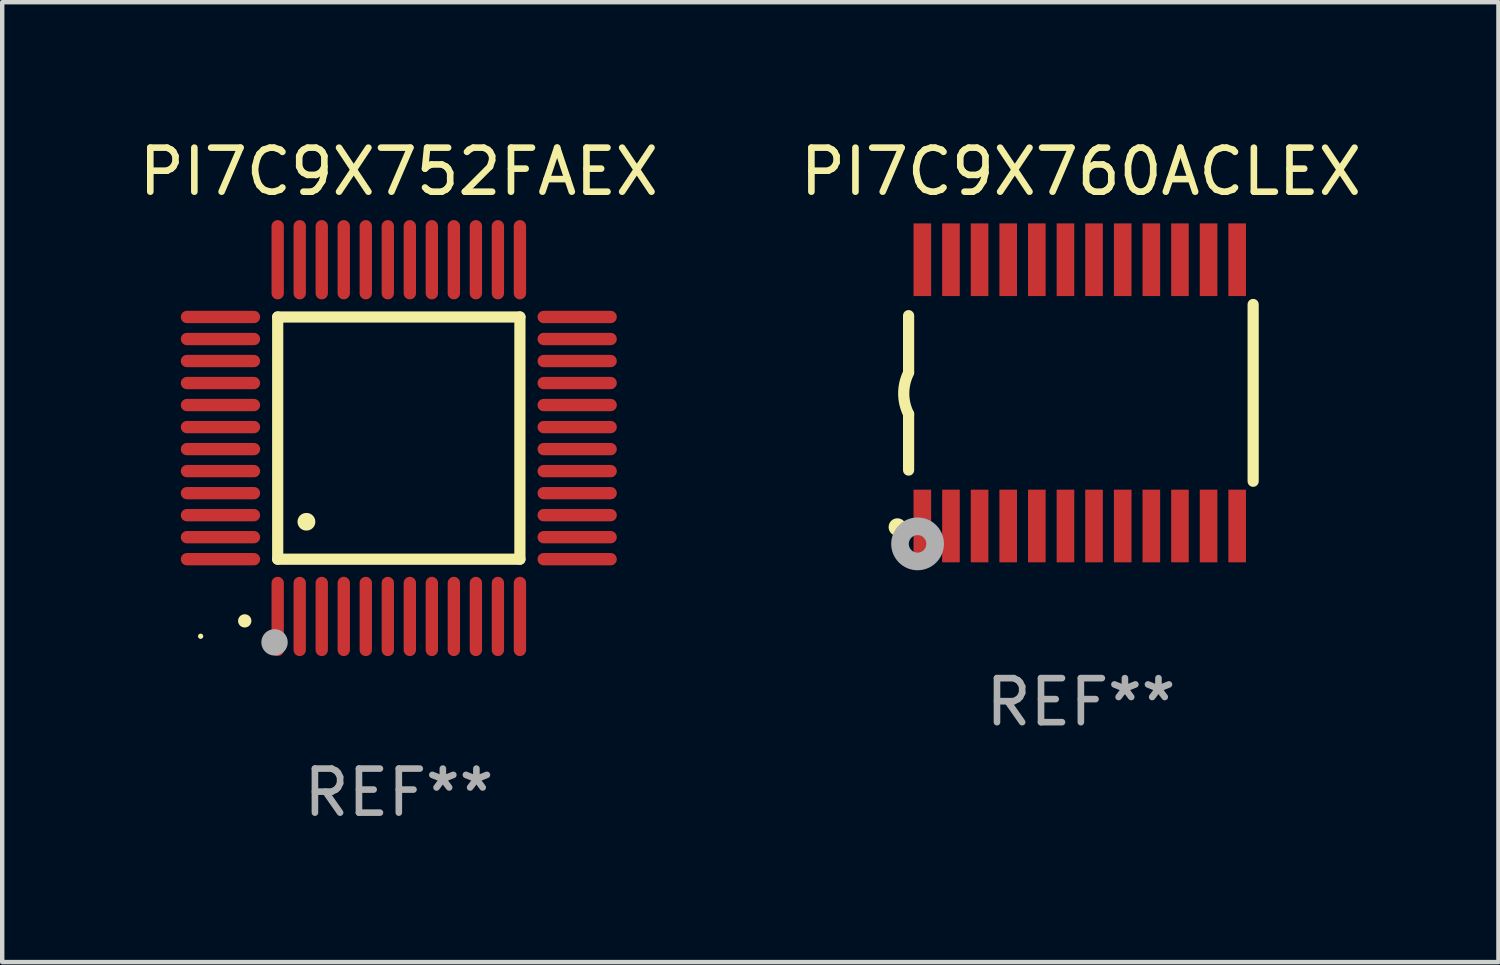
<source format=kicad_pcb>
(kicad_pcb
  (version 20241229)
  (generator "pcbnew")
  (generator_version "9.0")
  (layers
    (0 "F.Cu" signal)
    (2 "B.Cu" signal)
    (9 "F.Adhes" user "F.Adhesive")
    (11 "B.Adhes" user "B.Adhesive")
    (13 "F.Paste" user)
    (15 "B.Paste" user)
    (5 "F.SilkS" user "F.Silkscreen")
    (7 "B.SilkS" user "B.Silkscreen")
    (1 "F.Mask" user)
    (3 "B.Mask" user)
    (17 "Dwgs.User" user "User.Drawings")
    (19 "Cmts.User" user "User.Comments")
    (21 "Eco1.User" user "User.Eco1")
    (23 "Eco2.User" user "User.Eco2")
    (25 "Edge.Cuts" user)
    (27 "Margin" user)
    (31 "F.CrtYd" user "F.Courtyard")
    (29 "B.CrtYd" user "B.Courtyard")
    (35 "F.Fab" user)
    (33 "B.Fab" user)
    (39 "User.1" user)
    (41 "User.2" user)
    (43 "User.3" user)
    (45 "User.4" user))
  (footprint "PI7C9X752FAEX"
    (layer "F.Cu")
    (at 6.006 6.898)
    (property "Reference" "PI7C9X752FAEX" (at 0 -6.05 0) (layer "F.SilkS") (effects (font (size 1 1) (thickness 0.15))))
    (attr through_hole)
    (fp_line (start -2.75 -2.75) (end 2.75 -2.75) (stroke (width 0.254) (type solid)) (layer "F.SilkS"))
    (fp_line (start -2.75 2.75) (end -2.75 -2.75) (stroke (width 0.254) (type solid)) (layer "F.SilkS"))
    (fp_line (start 2.75 -2.75) (end 2.75 2.75) (stroke (width 0.254) (type solid)) (layer "F.SilkS"))
    (fp_line (start 2.75 2.75) (end -2.75 2.75) (stroke (width 0.254) (type solid)) (layer "F.SilkS"))
    (fp_arc (start -3.500127 4.150368) (mid -3.498857 4.150363) (end -3.497587 4.150368) (stroke (width 0.3) (type solid)) (layer "F.SilkS"))
    (fp_arc (start -2.100584 1.899924) (mid -2.098044 1.899908) (end -2.095504 1.899924) (stroke (width 0.4) (type solid)) (layer "F.SilkS"))
    (fp_circle (center -4.5 4.5) (end -4.47 4.5) (stroke (width 0.06) (type solid)) (fill no) (layer "F.SilkS"))
    (fp_circle (center -2.822 4.638) (end -2.672 4.638) (stroke (width 0.3) (type solid)) (fill no) (layer "F.Fab"))
    (fp_text user "REF**" (at 0 8.05 0) (layer "F.Fab") (effects (font (size 1 1) (thickness 0.15))))
    (pad "1" smd oval (at -2.75 4.05) (size 0.28 1.8) (layers "F.Cu" "F.Mask" "F.Paste"))
    (pad "2" smd oval (at -2.25 4.05) (size 0.28 1.8) (layers "F.Cu" "F.Mask" "F.Paste"))
    (pad "3" smd oval (at -1.75 4.05) (size 0.28 1.8) (layers "F.Cu" "F.Mask" "F.Paste"))
    (pad "4" smd oval (at -1.25 4.05) (size 0.28 1.8) (layers "F.Cu" "F.Mask" "F.Paste"))
    (pad "5" smd oval (at -0.75 4.05) (size 0.28 1.8) (layers "F.Cu" "F.Mask" "F.Paste"))
    (pad "6" smd oval (at -0.25 4.05) (size 0.28 1.8) (layers "F.Cu" "F.Mask" "F.Paste"))
    (pad "7" smd oval (at 0.25 4.05) (size 0.28 1.8) (layers "F.Cu" "F.Mask" "F.Paste"))
    (pad "8" smd oval (at 0.75 4.05) (size 0.28 1.8) (layers "F.Cu" "F.Mask" "F.Paste"))
    (pad "9" smd oval (at 1.25 4.05) (size 0.28 1.8) (layers "F.Cu" "F.Mask" "F.Paste"))
    (pad "10" smd oval (at 1.75 4.05) (size 0.28 1.8) (layers "F.Cu" "F.Mask" "F.Paste"))
    (pad "11" smd oval (at 2.25 4.05) (size 0.28 1.8) (layers "F.Cu" "F.Mask" "F.Paste"))
    (pad "12" smd oval (at 2.75 4.05) (size 0.28 1.8) (layers "F.Cu" "F.Mask" "F.Paste"))
    (pad "13" smd oval (at 4.05 2.75) (size 1.8 0.28) (layers "F.Cu" "F.Mask" "F.Paste"))
    (pad "14" smd oval (at 4.05 2.25) (size 1.8 0.28) (layers "F.Cu" "F.Mask" "F.Paste"))
    (pad "15" smd oval (at 4.05 1.75) (size 1.8 0.28) (layers "F.Cu" "F.Mask" "F.Paste"))
    (pad "16" smd oval (at 4.05 1.25) (size 1.8 0.28) (layers "F.Cu" "F.Mask" "F.Paste"))
    (pad "17" smd oval (at 4.05 0.75) (size 1.8 0.28) (layers "F.Cu" "F.Mask" "F.Paste"))
    (pad "18" smd oval (at 4.05 0.25) (size 1.8 0.28) (layers "F.Cu" "F.Mask" "F.Paste"))
    (pad "19" smd oval (at 4.05 -0.25) (size 1.8 0.28) (layers "F.Cu" "F.Mask" "F.Paste"))
    (pad "20" smd oval (at 4.05 -0.75) (size 1.8 0.28) (layers "F.Cu" "F.Mask" "F.Paste"))
    (pad "21" smd oval (at 4.05 -1.25) (size 1.8 0.28) (layers "F.Cu" "F.Mask" "F.Paste"))
    (pad "22" smd oval (at 4.05 -1.75) (size 1.8 0.28) (layers "F.Cu" "F.Mask" "F.Paste"))
    (pad "23" smd oval (at 4.05 -2.25) (size 1.8 0.28) (layers "F.Cu" "F.Mask" "F.Paste"))
    (pad "24" smd oval (at 4.05 -2.75) (size 1.8 0.28) (layers "F.Cu" "F.Mask" "F.Paste"))
    (pad "25" smd oval (at 2.75 -4.05) (size 0.28 1.8) (layers "F.Cu" "F.Mask" "F.Paste"))
    (pad "26" smd oval (at 2.25 -4.05) (size 0.28 1.8) (layers "F.Cu" "F.Mask" "F.Paste"))
    (pad "27" smd oval (at 1.75 -4.05) (size 0.28 1.8) (layers "F.Cu" "F.Mask" "F.Paste"))
    (pad "28" smd oval (at 1.25 -4.05) (size 0.28 1.8) (layers "F.Cu" "F.Mask" "F.Paste"))
    (pad "29" smd oval (at 0.75 -4.05) (size 0.28 1.8) (layers "F.Cu" "F.Mask" "F.Paste"))
    (pad "30" smd oval (at 0.25 -4.05) (size 0.28 1.8) (layers "F.Cu" "F.Mask" "F.Paste"))
    (pad "31" smd oval (at -0.25 -4.05) (size 0.28 1.8) (layers "F.Cu" "F.Mask" "F.Paste"))
    (pad "32" smd oval (at -0.75 -4.05) (size 0.28 1.8) (layers "F.Cu" "F.Mask" "F.Paste"))
    (pad "33" smd oval (at -1.25 -4.05) (size 0.28 1.8) (layers "F.Cu" "F.Mask" "F.Paste"))
    (pad "34" smd oval (at -1.75 -4.05) (size 0.28 1.8) (layers "F.Cu" "F.Mask" "F.Paste"))
    (pad "35" smd oval (at -2.25 -4.05) (size 0.28 1.8) (layers "F.Cu" "F.Mask" "F.Paste"))
    (pad "36" smd oval (at -2.75 -4.05) (size 0.28 1.8) (layers "F.Cu" "F.Mask" "F.Paste"))
    (pad "37" smd oval (at -4.05 -2.75) (size 1.8 0.28) (layers "F.Cu" "F.Mask" "F.Paste"))
    (pad "38" smd oval (at -4.05 -2.25) (size 1.8 0.28) (layers "F.Cu" "F.Mask" "F.Paste"))
    (pad "39" smd oval (at -4.05 -1.75) (size 1.8 0.28) (layers "F.Cu" "F.Mask" "F.Paste"))
    (pad "40" smd oval (at -4.05 -1.25) (size 1.8 0.28) (layers "F.Cu" "F.Mask" "F.Paste"))
    (pad "41" smd oval (at -4.05 -0.75) (size 1.8 0.28) (layers "F.Cu" "F.Mask" "F.Paste"))
    (pad "42" smd oval (at -4.05 -0.25) (size 1.8 0.28) (layers "F.Cu" "F.Mask" "F.Paste"))
    (pad "43" smd oval (at -4.05 0.25) (size 1.8 0.28) (layers "F.Cu" "F.Mask" "F.Paste"))
    (pad "44" smd oval (at -4.05 0.75) (size 1.8 0.28) (layers "F.Cu" "F.Mask" "F.Paste"))
    (pad "45" smd oval (at -4.05 1.25) (size 1.8 0.28) (layers "F.Cu" "F.Mask" "F.Paste"))
    (pad "46" smd oval (at -4.05 1.75) (size 1.8 0.28) (layers "F.Cu" "F.Mask" "F.Paste"))
    (pad "47" smd oval (at -4.05 2.25) (size 1.8 0.28) (layers "F.Cu" "F.Mask" "F.Paste"))
    (pad "48" smd oval (at -4.05 2.75) (size 1.8 0.28) (layers "F.Cu" "F.Mask" "F.Paste")))
  (footprint "PI7C9X760ACLEX"
    (layer "F.Cu")
    (at 21.494 5.871)
    (property "Reference" "PI7C9X760ACLEX" (at 0 -5.023 0) (layer "F.SilkS") (effects (font (size 1 1) (thickness 0.15))))
    (attr through_hole)
    (fp_line (start -3.912 -0.483) (end -3.912 -1.753) (stroke (width 0.254) (type solid)) (layer "F.SilkS"))
    (fp_line (start -3.912 1.753) (end -3.912 0.483) (stroke (width 0.254) (type solid)) (layer "F.SilkS"))
    (fp_line (start 3.912 -2.007) (end 3.912 2.007) (stroke (width 0.254) (type solid)) (layer "F.SilkS"))
    (fp_arc (start -3.911608 0.482601) (mid -4.022537 0.0127) (end -3.911608 -0.457201) (stroke (width 0.254001) (type solid)) (layer "F.SilkS"))
    (fp_circle (center -4.166 3.048) (end -4.066 3.048) (stroke (width 0.2) (type solid)) (fill no) (layer "F.SilkS"))
    (fp_circle (center -3.925 3.186) (end -3.895 3.186) (stroke (width 0.06) (type solid)) (fill no) (layer "F.SilkS"))
    (fp_circle (center -3.708 3.429) (end -3.509 3.429) (stroke (width 0.4) (type solid)) (fill no) (layer "F.Fab"))
    (fp_text user "REF**" (at 0 7.023 0) (layer "F.Fab") (effects (font (size 1 1) (thickness 0.15))))
    (pad "1" smd rect (at -3.6 3.023) (size 0.4 1.65) (layers "F.Cu" "F.Mask" "F.Paste"))
    (pad "2" smd rect (at -2.95 3.023) (size 0.4 1.65) (layers "F.Cu" "F.Mask" "F.Paste"))
    (pad "3" smd rect (at -2.3 3.023) (size 0.4 1.65) (layers "F.Cu" "F.Mask" "F.Paste"))
    (pad "4" smd rect (at -1.65 3.023) (size 0.4 1.65) (layers "F.Cu" "F.Mask" "F.Paste"))
    (pad "5" smd rect (at -1 3.023) (size 0.4 1.65) (layers "F.Cu" "F.Mask" "F.Paste"))
    (pad "6" smd rect (at -0.35 3.023) (size 0.4 1.65) (layers "F.Cu" "F.Mask" "F.Paste"))
    (pad "7" smd rect (at 0.299 3.023) (size 0.4 1.65) (layers "F.Cu" "F.Mask" "F.Paste"))
    (pad "8" smd rect (at 0.95 3.023) (size 0.4 1.65) (layers "F.Cu" "F.Mask" "F.Paste"))
    (pad "9" smd rect (at 1.6 3.023) (size 0.4 1.65) (layers "F.Cu" "F.Mask" "F.Paste"))
    (pad "10" smd rect (at 2.25 3.023) (size 0.4 1.65) (layers "F.Cu" "F.Mask" "F.Paste"))
    (pad "11" smd rect (at 2.9 3.023) (size 0.4 1.65) (layers "F.Cu" "F.Mask" "F.Paste"))
    (pad "12" smd rect (at 3.549 3.023) (size 0.4 1.65) (layers "F.Cu" "F.Mask" "F.Paste"))
    (pad "13" smd rect (at 3.549 -3.023) (size 0.4 1.65) (layers "F.Cu" "F.Mask" "F.Paste"))
    (pad "14" smd rect (at 2.9 -3.023) (size 0.4 1.65) (layers "F.Cu" "F.Mask" "F.Paste"))
    (pad "15" smd rect (at 2.25 -3.023) (size 0.4 1.65) (layers "F.Cu" "F.Mask" "F.Paste"))
    (pad "16" smd rect (at 1.6 -3.023) (size 0.4 1.65) (layers "F.Cu" "F.Mask" "F.Paste"))
    (pad "17" smd rect (at 0.95 -3.023) (size 0.4 1.65) (layers "F.Cu" "F.Mask" "F.Paste"))
    (pad "18" smd rect (at 0.299 -3.023) (size 0.4 1.65) (layers "F.Cu" "F.Mask" "F.Paste"))
    (pad "19" smd rect (at -0.35 -3.023) (size 0.4 1.65) (layers "F.Cu" "F.Mask" "F.Paste"))
    (pad "20" smd rect (at -1 -3.023) (size 0.4 1.65) (layers "F.Cu" "F.Mask" "F.Paste"))
    (pad "21" smd rect (at -1.65 -3.023) (size 0.4 1.65) (layers "F.Cu" "F.Mask" "F.Paste"))
    (pad "22" smd rect (at -2.3 -3.023) (size 0.4 1.65) (layers "F.Cu" "F.Mask" "F.Paste"))
    (pad "23" smd rect (at -2.95 -3.023) (size 0.4 1.65) (layers "F.Cu" "F.Mask" "F.Paste"))
    (pad "24" smd rect (at -3.6 -3.023) (size 0.4 1.65) (layers "F.Cu" "F.Mask" "F.Paste")))
  (gr_rect
    (start -3 -3)
    (end 30.976 18.797)
    (stroke (width 0.1) (type default))
    (fill no)
    (layer "Edge.Cuts")))
</source>
